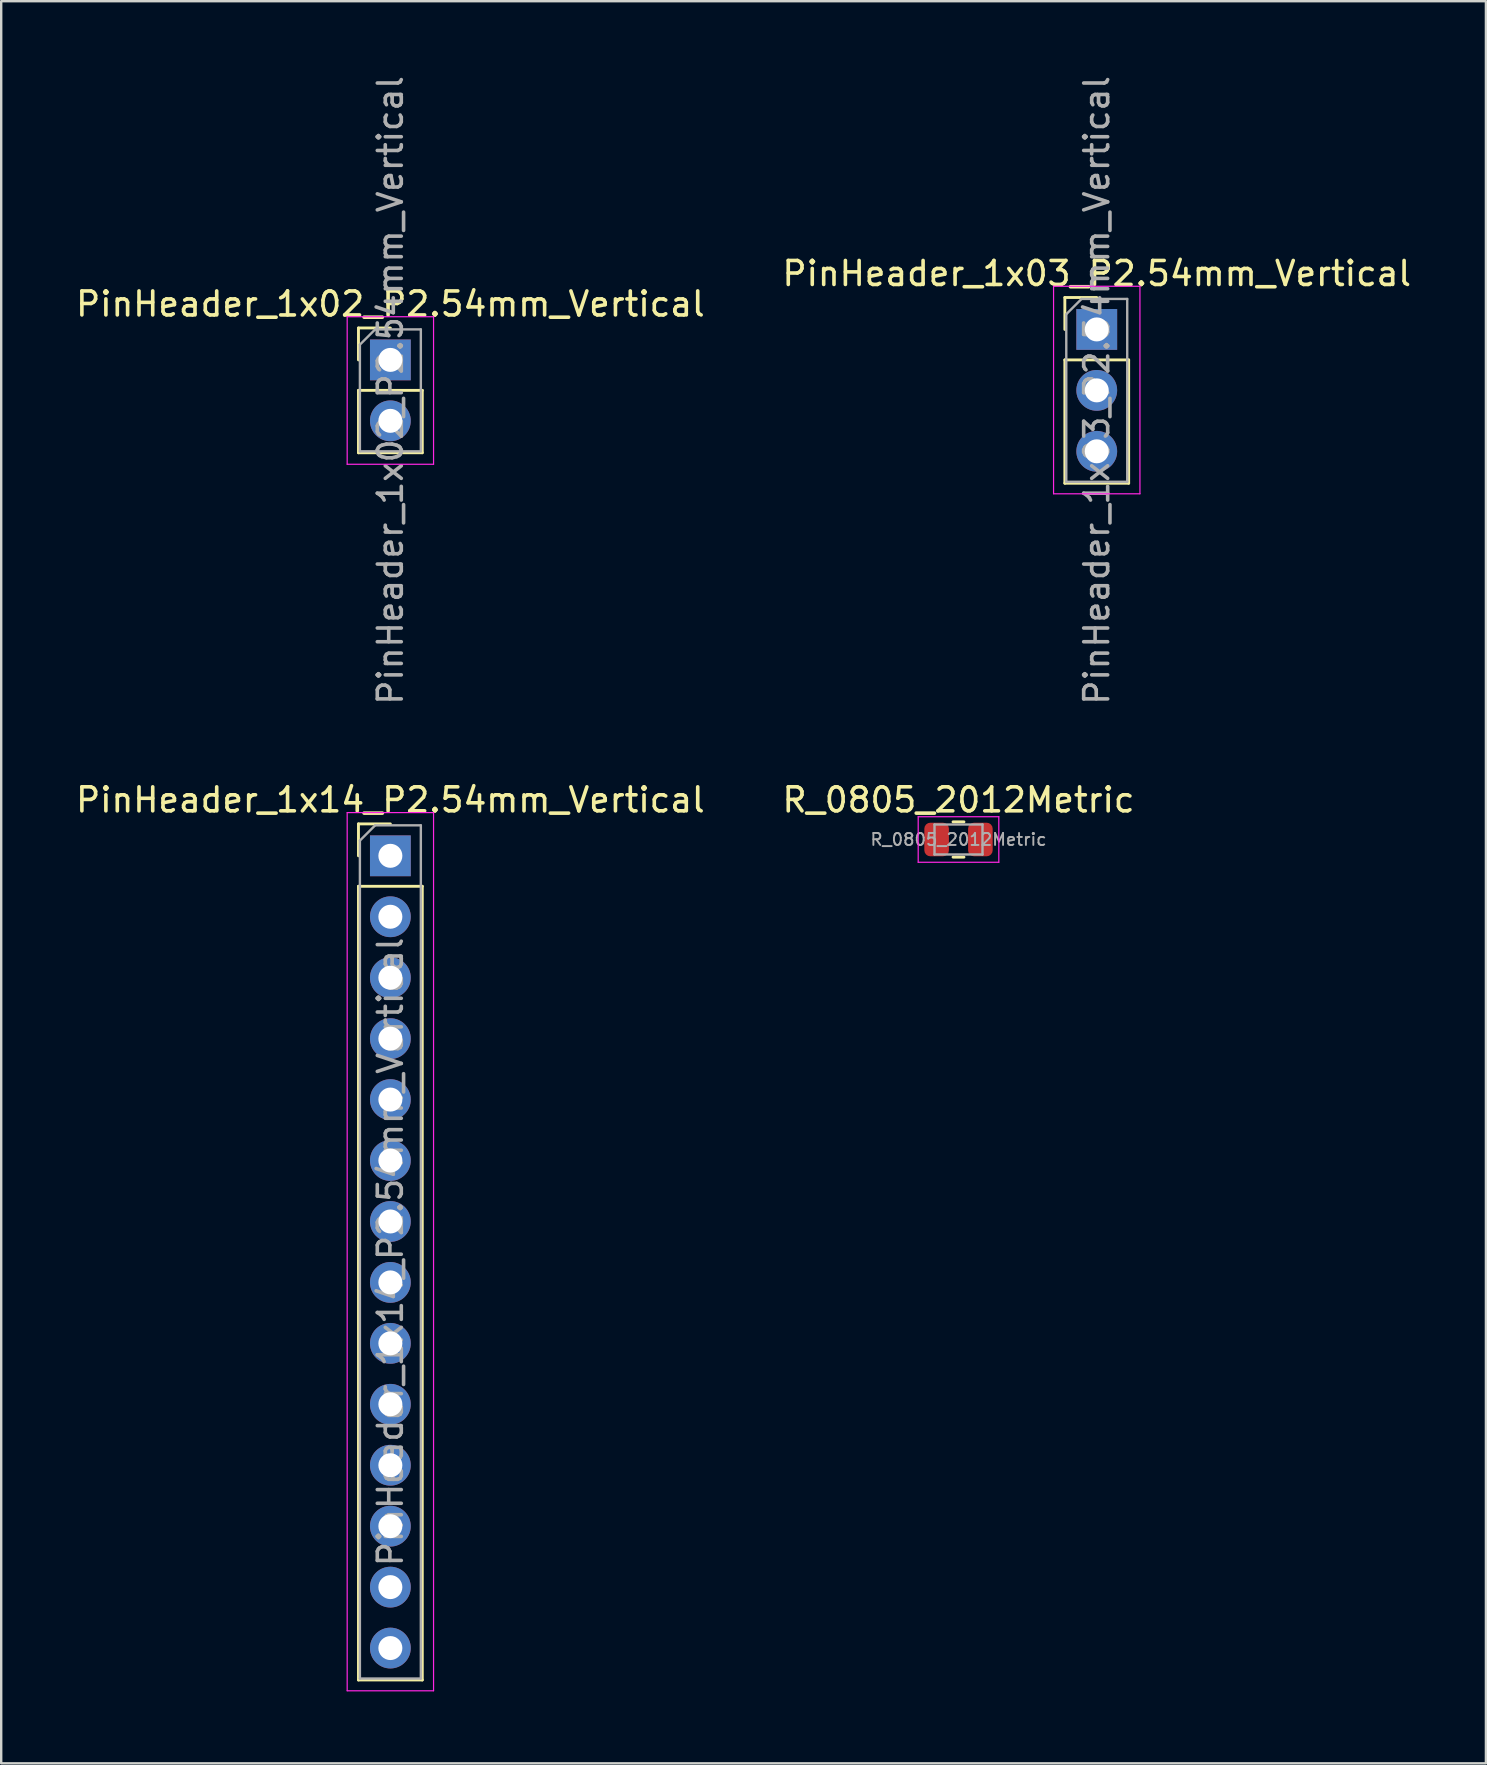
<source format=kicad_pcb>
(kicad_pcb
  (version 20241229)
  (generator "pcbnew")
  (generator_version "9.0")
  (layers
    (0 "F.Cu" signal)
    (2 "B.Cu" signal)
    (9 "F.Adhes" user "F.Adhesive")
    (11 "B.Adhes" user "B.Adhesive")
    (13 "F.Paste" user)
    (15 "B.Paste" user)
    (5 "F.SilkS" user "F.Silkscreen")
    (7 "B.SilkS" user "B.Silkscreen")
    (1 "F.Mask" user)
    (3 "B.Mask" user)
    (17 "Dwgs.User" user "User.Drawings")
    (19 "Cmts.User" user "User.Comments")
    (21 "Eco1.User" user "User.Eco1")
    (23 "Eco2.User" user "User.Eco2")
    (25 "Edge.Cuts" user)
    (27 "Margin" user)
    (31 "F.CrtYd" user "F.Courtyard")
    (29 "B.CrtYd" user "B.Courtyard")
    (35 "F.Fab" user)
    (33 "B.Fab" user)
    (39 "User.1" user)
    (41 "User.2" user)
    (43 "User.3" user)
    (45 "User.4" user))
  (footprint "R_0805_2012Metric"
    (layer "F.Cu")
    (at 36.899 31.939)
    (property "Reference" "R_0805_2012Metric" (at 0 -1.65 0) (layer "F.SilkS") (effects (font (size 1 1) (thickness 0.15))))
    (attr smd)
    (fp_line (start -0.227 -0.735) (end 0.227 -0.735) (stroke (width 0.12) (type solid)) (layer "F.SilkS"))
    (fp_line (start -0.227 0.735) (end 0.227 0.735) (stroke (width 0.12) (type solid)) (layer "F.SilkS"))
    (fp_line (start -1.68 -0.95) (end 1.68 -0.95) (stroke (width 0.05) (type solid)) (layer "F.CrtYd"))
    (fp_line (start -1.68 0.95) (end -1.68 -0.95) (stroke (width 0.05) (type solid)) (layer "F.CrtYd"))
    (fp_line (start 1.68 -0.95) (end 1.68 0.95) (stroke (width 0.05) (type solid)) (layer "F.CrtYd"))
    (fp_line (start 1.68 0.95) (end -1.68 0.95) (stroke (width 0.05) (type solid)) (layer "F.CrtYd"))
    (fp_line (start -1 -0.625) (end 1 -0.625) (stroke (width 0.1) (type solid)) (layer "F.Fab"))
    (fp_line (start -1 0.625) (end -1 -0.625) (stroke (width 0.1) (type solid)) (layer "F.Fab"))
    (fp_line (start 1 -0.625) (end 1 0.625) (stroke (width 0.1) (type solid)) (layer "F.Fab"))
    (fp_line (start 1 0.625) (end -1 0.625) (stroke (width 0.1) (type solid)) (layer "F.Fab"))
    (fp_text user "${REFERENCE}" (at 0 0 0) (layer "F.Fab") (effects (font (size 0.5 0.5) (thickness 0.08))))
    (pad "1" smd roundrect (at -0.912 0) (size 1.025 1.4) (layers "F.Cu" "F.Mask" "F.Paste") (roundrect_rratio 0.244))
    (pad "2" smd roundrect (at 0.912 0) (size 1.025 1.4) (layers "F.Cu" "F.Mask" "F.Paste") (roundrect_rratio 0.244)))
  (footprint "PinHeader_1x02_P2.54mm_Vertical"
    (layer "F.Cu")
    (at 13.22 11.95)
    (property "Reference" "PinHeader_1x02_P2.54mm_Vertical" (at 0 -2.33 0) (layer "F.SilkS") (effects (font (size 1 1) (thickness 0.15))))
    (attr through_hole)
    (fp_line (start -1.33 -1.33) (end 0 -1.33) (stroke (width 0.12) (type solid)) (layer "F.SilkS"))
    (fp_line (start -1.33 0) (end -1.33 -1.33) (stroke (width 0.12) (type solid)) (layer "F.SilkS"))
    (fp_line (start -1.33 1.27) (end -1.33 3.87) (stroke (width 0.12) (type solid)) (layer "F.SilkS"))
    (fp_line (start -1.33 1.27) (end 1.33 1.27) (stroke (width 0.12) (type solid)) (layer "F.SilkS"))
    (fp_line (start -1.33 3.87) (end 1.33 3.87) (stroke (width 0.12) (type solid)) (layer "F.SilkS"))
    (fp_line (start 1.33 1.27) (end 1.33 3.87) (stroke (width 0.12) (type solid)) (layer "F.SilkS"))
    (fp_line (start -1.8 -1.8) (end -1.8 4.35) (stroke (width 0.05) (type solid)) (layer "F.CrtYd"))
    (fp_line (start -1.8 4.35) (end 1.8 4.35) (stroke (width 0.05) (type solid)) (layer "F.CrtYd"))
    (fp_line (start 1.8 -1.8) (end -1.8 -1.8) (stroke (width 0.05) (type solid)) (layer "F.CrtYd"))
    (fp_line (start 1.8 4.35) (end 1.8 -1.8) (stroke (width 0.05) (type solid)) (layer "F.CrtYd"))
    (fp_line (start -1.27 -0.635) (end -0.635 -1.27) (stroke (width 0.1) (type solid)) (layer "F.Fab"))
    (fp_line (start -1.27 3.81) (end -1.27 -0.635) (stroke (width 0.1) (type solid)) (layer "F.Fab"))
    (fp_line (start -0.635 -1.27) (end 1.27 -1.27) (stroke (width 0.1) (type solid)) (layer "F.Fab"))
    (fp_line (start 1.27 -1.27) (end 1.27 3.81) (stroke (width 0.1) (type solid)) (layer "F.Fab"))
    (fp_line (start 1.27 3.81) (end -1.27 3.81) (stroke (width 0.1) (type solid)) (layer "F.Fab"))
    (fp_text user "${REFERENCE}" (at 0 1.27 90) (layer "F.Fab") (effects (font (size 1 1) (thickness 0.15))))
    (pad "1" thru_hole rect (at 0 0) (size 1.7 1.7) (drill 1) (layers "*.Cu" "*.Mask"))
    (pad "2" thru_hole oval (at 0 2.54) (size 1.7 1.7) (drill 1) (layers "*.Cu" "*.Mask")))
  (footprint "PinHeader_1x14_P2.54mm_Vertical"
    (layer "F.Cu")
    (at 13.22 32.619)
    (property "Reference" "PinHeader_1x14_P2.54mm_Vertical" (at 0 -2.33 0) (layer "F.SilkS") (effects (font (size 1 1) (thickness 0.15))))
    (attr through_hole)
    (fp_line (start -1.33 -1.33) (end 0 -1.33) (stroke (width 0.12) (type solid)) (layer "F.SilkS"))
    (fp_line (start -1.33 0) (end -1.33 -1.33) (stroke (width 0.12) (type solid)) (layer "F.SilkS"))
    (fp_line (start -1.33 1.27) (end -1.33 34.35) (stroke (width 0.12) (type solid)) (layer "F.SilkS"))
    (fp_line (start -1.33 1.27) (end 1.33 1.27) (stroke (width 0.12) (type solid)) (layer "F.SilkS"))
    (fp_line (start -1.33 34.35) (end 1.33 34.35) (stroke (width 0.12) (type solid)) (layer "F.SilkS"))
    (fp_line (start 1.33 1.27) (end 1.33 34.35) (stroke (width 0.12) (type solid)) (layer "F.SilkS"))
    (fp_line (start -1.8 -1.8) (end -1.8 34.8) (stroke (width 0.05) (type solid)) (layer "F.CrtYd"))
    (fp_line (start -1.8 34.8) (end 1.8 34.8) (stroke (width 0.05) (type solid)) (layer "F.CrtYd"))
    (fp_line (start 1.8 -1.8) (end -1.8 -1.8) (stroke (width 0.05) (type solid)) (layer "F.CrtYd"))
    (fp_line (start 1.8 34.8) (end 1.8 -1.8) (stroke (width 0.05) (type solid)) (layer "F.CrtYd"))
    (fp_line (start -1.27 -0.635) (end -0.635 -1.27) (stroke (width 0.1) (type solid)) (layer "F.Fab"))
    (fp_line (start -1.27 34.29) (end -1.27 -0.635) (stroke (width 0.1) (type solid)) (layer "F.Fab"))
    (fp_line (start -0.635 -1.27) (end 1.27 -1.27) (stroke (width 0.1) (type solid)) (layer "F.Fab"))
    (fp_line (start 1.27 -1.27) (end 1.27 34.29) (stroke (width 0.1) (type solid)) (layer "F.Fab"))
    (fp_line (start 1.27 34.29) (end -1.27 34.29) (stroke (width 0.1) (type solid)) (layer "F.Fab"))
    (fp_text user "${REFERENCE}" (at 0 16.51 90) (layer "F.Fab") (effects (font (size 1 1) (thickness 0.15))))
    (pad "1" thru_hole rect (at 0 0) (size 1.7 1.7) (drill 1) (layers "*.Cu" "*.Mask"))
    (pad "2" thru_hole oval (at 0 2.54) (size 1.7 1.7) (drill 1) (layers "*.Cu" "*.Mask"))
    (pad "3" thru_hole oval (at 0 5.08) (size 1.7 1.7) (drill 1) (layers "*.Cu" "*.Mask"))
    (pad "4" thru_hole oval (at 0 7.62) (size 1.7 1.7) (drill 1) (layers "*.Cu" "*.Mask"))
    (pad "5" thru_hole oval (at 0 10.16) (size 1.7 1.7) (drill 1) (layers "*.Cu" "*.Mask"))
    (pad "6" thru_hole oval (at 0 12.7) (size 1.7 1.7) (drill 1) (layers "*.Cu" "*.Mask"))
    (pad "7" thru_hole oval (at 0 15.24) (size 1.7 1.7) (drill 1) (layers "*.Cu" "*.Mask"))
    (pad "8" thru_hole oval (at 0 17.78) (size 1.7 1.7) (drill 1) (layers "*.Cu" "*.Mask"))
    (pad "9" thru_hole oval (at 0 20.32) (size 1.7 1.7) (drill 1) (layers "*.Cu" "*.Mask"))
    (pad "10" thru_hole oval (at 0 22.86) (size 1.7 1.7) (drill 1) (layers "*.Cu" "*.Mask"))
    (pad "11" thru_hole oval (at 0 25.4) (size 1.7 1.7) (drill 1) (layers "*.Cu" "*.Mask"))
    (pad "12" thru_hole oval (at 0 27.94) (size 1.7 1.7) (drill 1) (layers "*.Cu" "*.Mask"))
    (pad "13" thru_hole oval (at 0 30.48) (size 1.7 1.7) (drill 1) (layers "*.Cu" "*.Mask"))
    (pad "14" thru_hole oval (at 0 33.02) (size 1.7 1.7) (drill 1) (layers "*.Cu" "*.Mask")))
  (footprint "PinHeader_1x03_P2.54mm_Vertical"
    (layer "F.Cu")
    (at 42.661 10.68)
    (property "Reference" "PinHeader_1x03_P2.54mm_Vertical" (at 0 -2.33 0) (layer "F.SilkS") (effects (font (size 1 1) (thickness 0.15))))
    (attr through_hole)
    (fp_line (start -1.33 -1.33) (end 0 -1.33) (stroke (width 0.12) (type solid)) (layer "F.SilkS"))
    (fp_line (start -1.33 0) (end -1.33 -1.33) (stroke (width 0.12) (type solid)) (layer "F.SilkS"))
    (fp_line (start -1.33 1.27) (end -1.33 6.41) (stroke (width 0.12) (type solid)) (layer "F.SilkS"))
    (fp_line (start -1.33 1.27) (end 1.33 1.27) (stroke (width 0.12) (type solid)) (layer "F.SilkS"))
    (fp_line (start -1.33 6.41) (end 1.33 6.41) (stroke (width 0.12) (type solid)) (layer "F.SilkS"))
    (fp_line (start 1.33 1.27) (end 1.33 6.41) (stroke (width 0.12) (type solid)) (layer "F.SilkS"))
    (fp_line (start -1.8 -1.8) (end -1.8 6.85) (stroke (width 0.05) (type solid)) (layer "F.CrtYd"))
    (fp_line (start -1.8 6.85) (end 1.8 6.85) (stroke (width 0.05) (type solid)) (layer "F.CrtYd"))
    (fp_line (start 1.8 -1.8) (end -1.8 -1.8) (stroke (width 0.05) (type solid)) (layer "F.CrtYd"))
    (fp_line (start 1.8 6.85) (end 1.8 -1.8) (stroke (width 0.05) (type solid)) (layer "F.CrtYd"))
    (fp_line (start -1.27 -0.635) (end -0.635 -1.27) (stroke (width 0.1) (type solid)) (layer "F.Fab"))
    (fp_line (start -1.27 6.35) (end -1.27 -0.635) (stroke (width 0.1) (type solid)) (layer "F.Fab"))
    (fp_line (start -0.635 -1.27) (end 1.27 -1.27) (stroke (width 0.1) (type solid)) (layer "F.Fab"))
    (fp_line (start 1.27 -1.27) (end 1.27 6.35) (stroke (width 0.1) (type solid)) (layer "F.Fab"))
    (fp_line (start 1.27 6.35) (end -1.27 6.35) (stroke (width 0.1) (type solid)) (layer "F.Fab"))
    (fp_text user "${REFERENCE}" (at 0 2.54 90) (layer "F.Fab") (effects (font (size 1 1) (thickness 0.15))))
    (pad "1" thru_hole rect (at 0 0) (size 1.7 1.7) (drill 1) (layers "*.Cu" "*.Mask"))
    (pad "2" thru_hole oval (at 0 2.54) (size 1.7 1.7) (drill 1) (layers "*.Cu" "*.Mask"))
    (pad "3" thru_hole oval (at 0 5.08) (size 1.7 1.7) (drill 1) (layers "*.Cu" "*.Mask")))
  (gr_rect
    (start -3 -3)
    (end 58.881 70.444)
    (stroke (width 0.1) (type default))
    (fill no)
    (layer "Edge.Cuts")))
</source>
